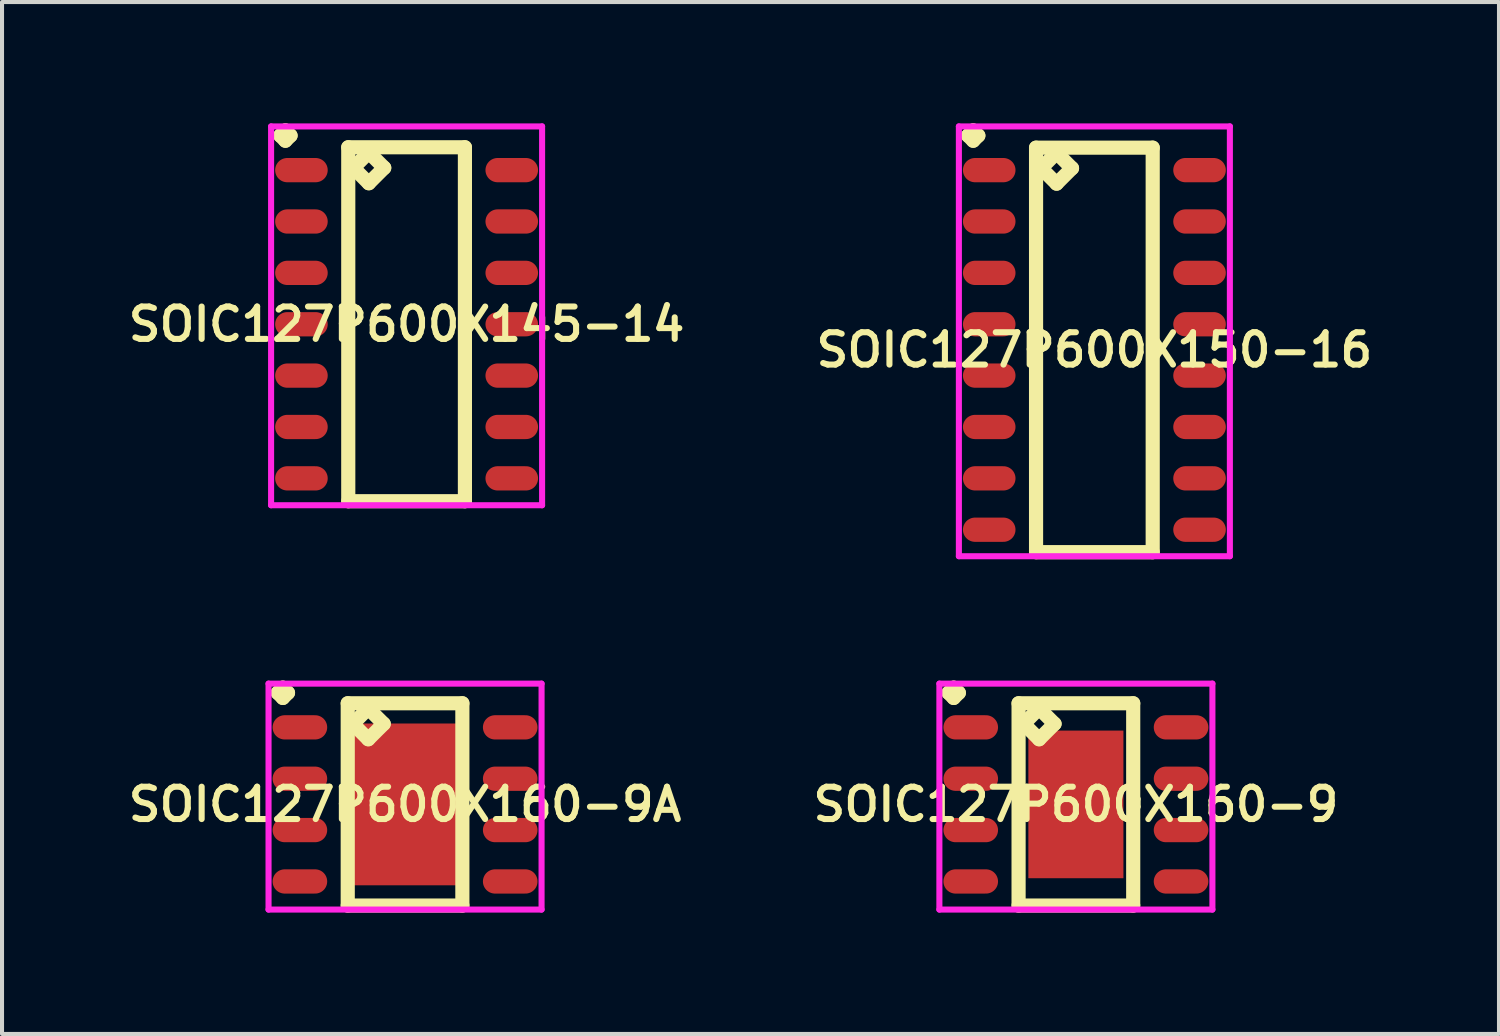
<source format=kicad_pcb>
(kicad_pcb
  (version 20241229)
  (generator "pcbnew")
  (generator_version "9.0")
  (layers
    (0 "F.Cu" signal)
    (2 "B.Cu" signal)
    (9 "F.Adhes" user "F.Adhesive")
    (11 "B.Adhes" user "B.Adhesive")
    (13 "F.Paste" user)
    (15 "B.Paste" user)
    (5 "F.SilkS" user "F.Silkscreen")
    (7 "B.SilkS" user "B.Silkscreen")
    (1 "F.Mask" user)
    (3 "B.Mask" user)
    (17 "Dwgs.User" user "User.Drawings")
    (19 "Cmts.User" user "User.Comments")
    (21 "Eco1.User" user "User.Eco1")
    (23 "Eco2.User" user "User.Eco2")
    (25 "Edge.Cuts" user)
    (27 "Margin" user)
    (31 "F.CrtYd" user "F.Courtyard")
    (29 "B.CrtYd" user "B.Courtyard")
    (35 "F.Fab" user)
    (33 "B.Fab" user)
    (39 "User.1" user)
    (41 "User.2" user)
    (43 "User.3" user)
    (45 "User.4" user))
  (footprint "SOIC127P600X160-9A"
    (layer "F.Cu")
    (at 6.964 16.837)
    (property "Reference" "SOIC127P600X160-9A" (at 0 0 0) (layer "F.SilkS") (effects (font (size 0.8 0.8) (thickness 0.15))))
    (attr smd)
    (fp_line (start -3.148 -2.759) (end -3.021 -2.886) (stroke (width 0.35) (type solid)) (layer "F.SilkS"))
    (fp_line (start -3.021 -2.886) (end -2.894 -2.759) (stroke (width 0.35) (type solid)) (layer "F.SilkS"))
    (fp_line (start -3.021 -2.632) (end -3.148 -2.759) (stroke (width 0.35) (type solid)) (layer "F.SilkS"))
    (fp_line (start -2.894 -2.759) (end -3.021 -2.632) (stroke (width 0.35) (type solid)) (layer "F.SilkS"))
    (fp_line (start -1.417 -2.5) (end -1.417 2.5) (stroke (width 0.35) (type solid)) (layer "F.SilkS"))
    (fp_line (start -1.417 2.5) (end 1.417 2.5) (stroke (width 0.35) (type solid)) (layer "F.SilkS"))
    (fp_line (start -1.29 -1.992) (end -0.909 -2.373) (stroke (width 0.35) (type solid)) (layer "F.SilkS"))
    (fp_line (start -0.909 -2.373) (end -0.528 -1.992) (stroke (width 0.35) (type solid)) (layer "F.SilkS"))
    (fp_line (start -0.909 -1.611) (end -1.29 -1.992) (stroke (width 0.35) (type solid)) (layer "F.SilkS"))
    (fp_line (start -0.528 -1.992) (end -0.909 -1.611) (stroke (width 0.35) (type solid)) (layer "F.SilkS"))
    (fp_line (start 1.417 -2.5) (end -1.417 -2.5) (stroke (width 0.35) (type solid)) (layer "F.SilkS"))
    (fp_line (start 1.417 2.5) (end 1.417 -2.5) (stroke (width 0.35) (type solid)) (layer "F.SilkS"))
    (fp_line (start -3.375 -2.986) (end 3.375 -2.986) (stroke (width 0.15) (type solid)) (layer "F.CrtYd"))
    (fp_line (start -3.375 2.6) (end -3.375 -2.986) (stroke (width 0.15) (type solid)) (layer "F.CrtYd"))
    (fp_line (start 3.375 -2.986) (end 3.375 2.6) (stroke (width 0.15) (type solid)) (layer "F.CrtYd"))
    (fp_line (start 3.375 2.6) (end -3.375 2.6) (stroke (width 0.15) (type solid)) (layer "F.CrtYd"))
    (pad "1" smd oval (at -2.6 -1.905) (size 1.35 0.6) (layers "F.Cu" "F.Mask" "F.Paste"))
    (pad "2" smd oval (at -2.6 -0.635) (size 1.35 0.6) (layers "F.Cu" "F.Mask" "F.Paste"))
    (pad "3" smd oval (at -2.6 0.635) (size 1.35 0.6) (layers "F.Cu" "F.Mask" "F.Paste"))
    (pad "4" smd oval (at -2.6 1.905) (size 1.35 0.6) (layers "F.Cu" "F.Mask" "F.Paste"))
    (pad "5" smd oval (at 2.6 1.905) (size 1.35 0.6) (layers "F.Cu" "F.Mask" "F.Paste"))
    (pad "6" smd oval (at 2.6 0.635) (size 1.35 0.6) (layers "F.Cu" "F.Mask" "F.Paste"))
    (pad "7" smd oval (at 2.6 -0.635) (size 1.35 0.6) (layers "F.Cu" "F.Mask" "F.Paste"))
    (pad "8" smd oval (at 2.6 -1.905) (size 1.35 0.6) (layers "F.Cu" "F.Mask" "F.Paste"))
    (pad "9" smd rect (at 0 0) (size 2.8 4) (layers "F.Cu" "F.Mask" "F.Paste")))
  (footprint "SOIC127P600X160-9"
    (layer "F.Cu")
    (at 23.549 16.837)
    (property "Reference" "SOIC127P600X160-9" (at 0 0 0) (layer "F.SilkS") (effects (font (size 0.8 0.8) (thickness 0.15))))
    (attr smd)
    (fp_line (start -3.148 -2.759) (end -3.021 -2.886) (stroke (width 0.35) (type solid)) (layer "F.SilkS"))
    (fp_line (start -3.021 -2.886) (end -2.894 -2.759) (stroke (width 0.35) (type solid)) (layer "F.SilkS"))
    (fp_line (start -3.021 -2.632) (end -3.148 -2.759) (stroke (width 0.35) (type solid)) (layer "F.SilkS"))
    (fp_line (start -2.894 -2.759) (end -3.021 -2.632) (stroke (width 0.35) (type solid)) (layer "F.SilkS"))
    (fp_line (start -1.417 -2.5) (end -1.417 2.5) (stroke (width 0.35) (type solid)) (layer "F.SilkS"))
    (fp_line (start -1.417 2.5) (end 1.417 2.5) (stroke (width 0.35) (type solid)) (layer "F.SilkS"))
    (fp_line (start -1.29 -1.992) (end -0.909 -2.373) (stroke (width 0.35) (type solid)) (layer "F.SilkS"))
    (fp_line (start -0.909 -2.373) (end -0.528 -1.992) (stroke (width 0.35) (type solid)) (layer "F.SilkS"))
    (fp_line (start -0.909 -1.611) (end -1.29 -1.992) (stroke (width 0.35) (type solid)) (layer "F.SilkS"))
    (fp_line (start -0.528 -1.992) (end -0.909 -1.611) (stroke (width 0.35) (type solid)) (layer "F.SilkS"))
    (fp_line (start 1.417 -2.5) (end -1.417 -2.5) (stroke (width 0.35) (type solid)) (layer "F.SilkS"))
    (fp_line (start 1.417 2.5) (end 1.417 -2.5) (stroke (width 0.35) (type solid)) (layer "F.SilkS"))
    (fp_line (start -3.375 -2.986) (end 3.375 -2.986) (stroke (width 0.15) (type solid)) (layer "F.CrtYd"))
    (fp_line (start -3.375 2.6) (end -3.375 -2.986) (stroke (width 0.15) (type solid)) (layer "F.CrtYd"))
    (fp_line (start 3.375 -2.986) (end 3.375 2.6) (stroke (width 0.15) (type solid)) (layer "F.CrtYd"))
    (fp_line (start 3.375 2.6) (end -3.375 2.6) (stroke (width 0.15) (type solid)) (layer "F.CrtYd"))
    (pad "1" smd oval (at -2.6 -1.905) (size 1.35 0.6) (layers "F.Cu" "F.Mask" "F.Paste"))
    (pad "2" smd oval (at -2.6 -0.635) (size 1.35 0.6) (layers "F.Cu" "F.Mask" "F.Paste"))
    (pad "3" smd oval (at -2.6 0.635) (size 1.35 0.6) (layers "F.Cu" "F.Mask" "F.Paste"))
    (pad "4" smd oval (at -2.6 1.905) (size 1.35 0.6) (layers "F.Cu" "F.Mask" "F.Paste"))
    (pad "5" smd oval (at 2.6 1.905) (size 1.35 0.6) (layers "F.Cu" "F.Mask" "F.Paste"))
    (pad "6" smd oval (at 2.6 0.635) (size 1.35 0.6) (layers "F.Cu" "F.Mask" "F.Paste"))
    (pad "7" smd oval (at 2.6 -0.635) (size 1.35 0.6) (layers "F.Cu" "F.Mask" "F.Paste"))
    (pad "8" smd oval (at 2.6 -1.905) (size 1.35 0.6) (layers "F.Cu" "F.Mask" "F.Paste"))
    (pad "9" smd rect (at 0 0) (size 2.35 3.65) (layers "F.Cu" "F.Mask" "F.Paste")))
  (footprint "SOIC127P600X145-14"
    (layer "F.Cu")
    (at 7.002 4.966)
    (property "Reference" "SOIC127P600X145-14" (at 0 0 0) (layer "F.SilkS") (effects (font (size 0.8 0.8) (thickness 0.15))))
    (attr smd)
    (fp_line (start -3.123 -4.664) (end -2.996 -4.791) (stroke (width 0.35) (type solid)) (layer "F.SilkS"))
    (fp_line (start -2.996 -4.791) (end -2.869 -4.664) (stroke (width 0.35) (type solid)) (layer "F.SilkS"))
    (fp_line (start -2.996 -4.537) (end -3.123 -4.664) (stroke (width 0.35) (type solid)) (layer "F.SilkS"))
    (fp_line (start -2.869 -4.664) (end -2.996 -4.537) (stroke (width 0.35) (type solid)) (layer "F.SilkS"))
    (fp_line (start -1.442 -4.375) (end -1.442 4.375) (stroke (width 0.35) (type solid)) (layer "F.SilkS"))
    (fp_line (start -1.442 4.375) (end 1.442 4.375) (stroke (width 0.35) (type solid)) (layer "F.SilkS"))
    (fp_line (start -1.315 -3.867) (end -0.934 -4.248) (stroke (width 0.35) (type solid)) (layer "F.SilkS"))
    (fp_line (start -0.934 -4.248) (end -0.553 -3.867) (stroke (width 0.35) (type solid)) (layer "F.SilkS"))
    (fp_line (start -0.934 -3.486) (end -1.315 -3.867) (stroke (width 0.35) (type solid)) (layer "F.SilkS"))
    (fp_line (start -0.553 -3.867) (end -0.934 -3.486) (stroke (width 0.35) (type solid)) (layer "F.SilkS"))
    (fp_line (start 1.442 -4.375) (end -1.442 -4.375) (stroke (width 0.35) (type solid)) (layer "F.SilkS"))
    (fp_line (start 1.442 4.375) (end 1.442 -4.375) (stroke (width 0.35) (type solid)) (layer "F.SilkS"))
    (fp_line (start -3.35 -4.891) (end 3.35 -4.891) (stroke (width 0.15) (type solid)) (layer "F.CrtYd"))
    (fp_line (start -3.35 4.475) (end -3.35 -4.891) (stroke (width 0.15) (type solid)) (layer "F.CrtYd"))
    (fp_line (start 3.35 -4.891) (end 3.35 4.475) (stroke (width 0.15) (type solid)) (layer "F.CrtYd"))
    (fp_line (start 3.35 4.475) (end -3.35 4.475) (stroke (width 0.15) (type solid)) (layer "F.CrtYd"))
    (pad "1" smd oval (at -2.6 -3.81) (size 1.3 0.6) (layers "F.Cu" "F.Mask" "F.Paste"))
    (pad "2" smd oval (at -2.6 -2.54) (size 1.3 0.6) (layers "F.Cu" "F.Mask" "F.Paste"))
    (pad "3" smd oval (at -2.6 -1.27) (size 1.3 0.6) (layers "F.Cu" "F.Mask" "F.Paste"))
    (pad "4" smd oval (at -2.6 0) (size 1.3 0.6) (layers "F.Cu" "F.Mask" "F.Paste"))
    (pad "5" smd oval (at -2.6 1.27) (size 1.3 0.6) (layers "F.Cu" "F.Mask" "F.Paste"))
    (pad "6" smd oval (at -2.6 2.54) (size 1.3 0.6) (layers "F.Cu" "F.Mask" "F.Paste"))
    (pad "7" smd oval (at -2.6 3.81) (size 1.3 0.6) (layers "F.Cu" "F.Mask" "F.Paste"))
    (pad "8" smd oval (at 2.6 3.81) (size 1.3 0.6) (layers "F.Cu" "F.Mask" "F.Paste"))
    (pad "9" smd oval (at 2.6 2.54) (size 1.3 0.6) (layers "F.Cu" "F.Mask" "F.Paste"))
    (pad "10" smd oval (at 2.6 1.27) (size 1.3 0.6) (layers "F.Cu" "F.Mask" "F.Paste"))
    (pad "11" smd oval (at 2.6 0) (size 1.3 0.6) (layers "F.Cu" "F.Mask" "F.Paste"))
    (pad "12" smd oval (at 2.6 -1.27) (size 1.3 0.6) (layers "F.Cu" "F.Mask" "F.Paste"))
    (pad "13" smd oval (at 2.6 -2.54) (size 1.3 0.6) (layers "F.Cu" "F.Mask" "F.Paste"))
    (pad "14" smd oval (at 2.6 -3.81) (size 1.3 0.6) (layers "F.Cu" "F.Mask" "F.Paste")))
  (footprint "SOIC127P600X150-16"
    (layer "F.Cu")
    (at 24.006 5.601)
    (property "Reference" "SOIC127P600X150-16" (at 0 0 0) (layer "F.SilkS") (effects (font (size 0.8 0.8) (thickness 0.15))))
    (attr smd)
    (fp_line (start -3.123 -5.299) (end -2.996 -5.426) (stroke (width 0.35) (type solid)) (layer "F.SilkS"))
    (fp_line (start -2.996 -5.426) (end -2.869 -5.299) (stroke (width 0.35) (type solid)) (layer "F.SilkS"))
    (fp_line (start -2.996 -5.172) (end -3.123 -5.299) (stroke (width 0.35) (type solid)) (layer "F.SilkS"))
    (fp_line (start -2.869 -5.299) (end -2.996 -5.172) (stroke (width 0.35) (type solid)) (layer "F.SilkS"))
    (fp_line (start -1.442 -5) (end -1.442 5) (stroke (width 0.35) (type solid)) (layer "F.SilkS"))
    (fp_line (start -1.442 5) (end 1.442 5) (stroke (width 0.35) (type solid)) (layer "F.SilkS"))
    (fp_line (start -1.315 -4.492) (end -0.934 -4.873) (stroke (width 0.35) (type solid)) (layer "F.SilkS"))
    (fp_line (start -0.934 -4.873) (end -0.553 -4.492) (stroke (width 0.35) (type solid)) (layer "F.SilkS"))
    (fp_line (start -0.934 -4.111) (end -1.315 -4.492) (stroke (width 0.35) (type solid)) (layer "F.SilkS"))
    (fp_line (start -0.553 -4.492) (end -0.934 -4.111) (stroke (width 0.35) (type solid)) (layer "F.SilkS"))
    (fp_line (start 1.442 -5) (end -1.442 -5) (stroke (width 0.35) (type solid)) (layer "F.SilkS"))
    (fp_line (start 1.442 5) (end 1.442 -5) (stroke (width 0.35) (type solid)) (layer "F.SilkS"))
    (fp_line (start -3.35 -5.526) (end 3.35 -5.526) (stroke (width 0.15) (type solid)) (layer "F.CrtYd"))
    (fp_line (start -3.35 5.1) (end -3.35 -5.526) (stroke (width 0.15) (type solid)) (layer "F.CrtYd"))
    (fp_line (start 3.35 -5.526) (end 3.35 5.1) (stroke (width 0.15) (type solid)) (layer "F.CrtYd"))
    (fp_line (start 3.35 5.1) (end -3.35 5.1) (stroke (width 0.15) (type solid)) (layer "F.CrtYd"))
    (pad "1" smd oval (at -2.6 -4.445) (size 1.3 0.6) (layers "F.Cu" "F.Mask" "F.Paste"))
    (pad "2" smd oval (at -2.6 -3.175) (size 1.3 0.6) (layers "F.Cu" "F.Mask" "F.Paste"))
    (pad "3" smd oval (at -2.6 -1.905) (size 1.3 0.6) (layers "F.Cu" "F.Mask" "F.Paste"))
    (pad "4" smd oval (at -2.6 -0.635) (size 1.3 0.6) (layers "F.Cu" "F.Mask" "F.Paste"))
    (pad "5" smd oval (at -2.6 0.635) (size 1.3 0.6) (layers "F.Cu" "F.Mask" "F.Paste"))
    (pad "6" smd oval (at -2.6 1.905) (size 1.3 0.6) (layers "F.Cu" "F.Mask" "F.Paste"))
    (pad "7" smd oval (at -2.6 3.175) (size 1.3 0.6) (layers "F.Cu" "F.Mask" "F.Paste"))
    (pad "8" smd oval (at -2.6 4.445) (size 1.3 0.6) (layers "F.Cu" "F.Mask" "F.Paste"))
    (pad "9" smd oval (at 2.6 4.445) (size 1.3 0.6) (layers "F.Cu" "F.Mask" "F.Paste"))
    (pad "10" smd oval (at 2.6 3.175) (size 1.3 0.6) (layers "F.Cu" "F.Mask" "F.Paste"))
    (pad "11" smd oval (at 2.6 1.905) (size 1.3 0.6) (layers "F.Cu" "F.Mask" "F.Paste"))
    (pad "12" smd oval (at 2.6 0.635) (size 1.3 0.6) (layers "F.Cu" "F.Mask" "F.Paste"))
    (pad "13" smd oval (at 2.6 -0.635) (size 1.3 0.6) (layers "F.Cu" "F.Mask" "F.Paste"))
    (pad "14" smd oval (at 2.6 -1.905) (size 1.3 0.6) (layers "F.Cu" "F.Mask" "F.Paste"))
    (pad "15" smd oval (at 2.6 -3.175) (size 1.3 0.6) (layers "F.Cu" "F.Mask" "F.Paste"))
    (pad "16" smd oval (at 2.6 -4.445) (size 1.3 0.6) (layers "F.Cu" "F.Mask" "F.Paste")))
  (gr_rect
    (start -3 -3)
    (end 34.009 22.512)
    (stroke (width 0.1) (type default))
    (fill no)
    (layer "Edge.Cuts")))
</source>
